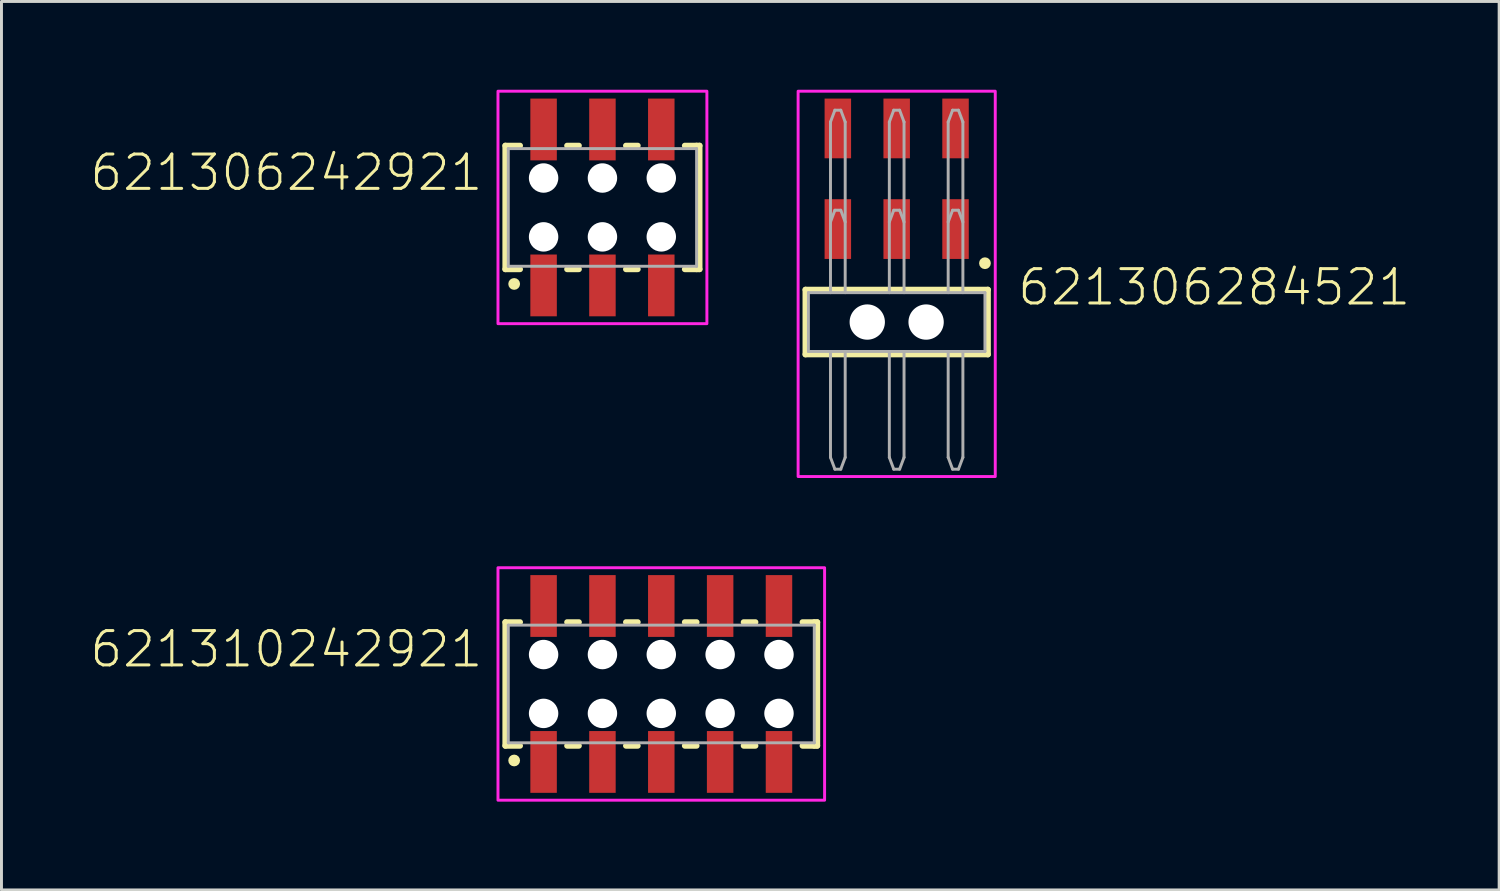
<source format=kicad_pcb>
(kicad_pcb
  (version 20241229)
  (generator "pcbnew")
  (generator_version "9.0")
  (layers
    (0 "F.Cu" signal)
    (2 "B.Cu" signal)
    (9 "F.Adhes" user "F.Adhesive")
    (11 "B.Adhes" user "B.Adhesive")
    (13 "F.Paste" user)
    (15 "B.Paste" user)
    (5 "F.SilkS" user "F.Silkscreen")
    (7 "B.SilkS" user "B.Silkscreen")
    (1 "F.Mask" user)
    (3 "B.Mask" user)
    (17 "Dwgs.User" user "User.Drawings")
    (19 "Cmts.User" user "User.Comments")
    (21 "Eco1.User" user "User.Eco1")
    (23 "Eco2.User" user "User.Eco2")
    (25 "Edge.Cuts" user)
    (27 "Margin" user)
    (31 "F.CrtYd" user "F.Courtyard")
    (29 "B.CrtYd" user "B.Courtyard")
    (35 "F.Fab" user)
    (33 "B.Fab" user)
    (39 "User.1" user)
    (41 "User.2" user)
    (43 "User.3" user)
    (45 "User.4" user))
  (footprint "621306242921"
    (layer "F.Cu")
    (at 17.424 4)
    (property "Reference" "621306242921" (at -4 -0.5 0) (unlocked yes) (layer "F.SilkS") (effects (font (size 1.168 1.168) (thickness 0.102)) (justify right bottom)))
    (fp_line (start -3.3 -2.1) (end -3.3 2.1) (stroke (width 0.2) (type solid)) (layer "F.SilkS"))
    (fp_line (start -3.3 2.1) (end -2.8 2.1) (stroke (width 0.2) (type solid)) (layer "F.SilkS"))
    (fp_line (start -2.8 -2.1) (end -3.3 -2.1) (stroke (width 0.2) (type solid)) (layer "F.SilkS"))
    (fp_line (start -1.2 2.1) (end -0.8 2.1) (stroke (width 0.2) (type solid)) (layer "F.SilkS"))
    (fp_line (start -0.8 -2.1) (end -1.2 -2.1) (stroke (width 0.2) (type solid)) (layer "F.SilkS"))
    (fp_line (start 0.8 2.1) (end 1.2 2.1) (stroke (width 0.2) (type solid)) (layer "F.SilkS"))
    (fp_line (start 1.2 -2.1) (end 0.8 -2.1) (stroke (width 0.2) (type solid)) (layer "F.SilkS"))
    (fp_line (start 2.8 2.1) (end 3.2 2.1) (stroke (width 0.2) (type solid)) (layer "F.SilkS"))
    (fp_line (start 3.2 -2.1) (end 2.8 -2.1) (stroke (width 0.2) (type solid)) (layer "F.SilkS"))
    (fp_line (start 3.2 -2.1) (end 3.3 -2.1) (stroke (width 0.2) (type solid)) (layer "F.SilkS"))
    (fp_line (start 3.3 -2.1) (end 3.3 2.1) (stroke (width 0.2) (type solid)) (layer "F.SilkS"))
    (fp_line (start 3.3 2.1) (end 3.2 2.1) (stroke (width 0.2) (type solid)) (layer "F.SilkS"))
    (fp_circle (center -3 2.6) (end -2.9 2.6) (stroke (width 0.2) (type solid)) (fill no) (layer "F.SilkS"))
    (fp_poly (pts (xy 3.55 3.95) (xy -3.55 3.95) (xy -3.55 -3.95) (xy 3.55 -3.95)) (stroke (width 0.1) (type default)) (fill no) (layer "F.CrtYd"))
    (fp_line (start -3.2 -2) (end -3.2 2) (stroke (width 0.1) (type solid)) (layer "F.Fab"))
    (fp_line (start -3.2 2) (end 3.2 2) (stroke (width 0.1) (type solid)) (layer "F.Fab"))
    (fp_line (start 3.2 -2) (end -3.2 -2) (stroke (width 0.1) (type solid)) (layer "F.Fab"))
    (fp_line (start 3.2 2) (end 3.2 -2) (stroke (width 0.1) (type solid)) (layer "F.Fab"))
    (pad "" np_thru_hole circle (at -2 -1) (size 1 1) (drill 1) (layers "*.Cu" "*.Mask"))
    (pad "" np_thru_hole circle (at -2 1) (size 1 1) (drill 1) (layers "*.Cu" "*.Mask"))
    (pad "" np_thru_hole circle (at 0 -1) (size 1 1) (drill 1) (layers "*.Cu" "*.Mask"))
    (pad "" np_thru_hole circle (at 0 1) (size 1 1) (drill 1) (layers "*.Cu" "*.Mask"))
    (pad "" np_thru_hole circle (at 2 -1) (size 1 1) (drill 1) (layers "*.Cu" "*.Mask"))
    (pad "" np_thru_hole circle (at 2 1) (size 1 1) (drill 1) (layers "*.Cu" "*.Mask"))
    (pad "1" smd rect (at -2 2.65) (size 0.9 2.1) (layers "F.Cu" "F.Mask" "F.Paste"))
    (pad "2" smd rect (at -2 -2.65) (size 0.9 2.1) (layers "F.Cu" "F.Mask" "F.Paste"))
    (pad "3" smd rect (at 0 2.65) (size 0.9 2.1) (layers "F.Cu" "F.Mask" "F.Paste"))
    (pad "4" smd rect (at 0 -2.65) (size 0.9 2.1) (layers "F.Cu" "F.Mask" "F.Paste"))
    (pad "5" smd rect (at 2 2.65) (size 0.9 2.1) (layers "F.Cu" "F.Mask" "F.Paste"))
    (pad "6" smd rect (at 2 -2.65) (size 0.9 2.1) (layers "F.Cu" "F.Mask" "F.Paste")))
  (footprint "621310242921"
    (layer "F.Cu")
    (at 19.424 20.195)
    (property "Reference" "621310242921" (at -6 -0.5 0) (unlocked yes) (layer "F.SilkS") (effects (font (size 1.168 1.168) (thickness 0.102)) (justify right bottom)))
    (fp_line (start -5.3 -2.1) (end -5.3 2.1) (stroke (width 0.2) (type solid)) (layer "F.SilkS"))
    (fp_line (start -5.3 2.1) (end -4.8 2.1) (stroke (width 0.2) (type solid)) (layer "F.SilkS"))
    (fp_line (start -4.8 -2.1) (end -5.3 -2.1) (stroke (width 0.2) (type solid)) (layer "F.SilkS"))
    (fp_line (start -3.2 2.1) (end -2.8 2.1) (stroke (width 0.2) (type solid)) (layer "F.SilkS"))
    (fp_line (start -2.8 -2.1) (end -3.2 -2.1) (stroke (width 0.2) (type solid)) (layer "F.SilkS"))
    (fp_line (start -1.2 2.1) (end -0.8 2.1) (stroke (width 0.2) (type solid)) (layer "F.SilkS"))
    (fp_line (start -0.8 -2.1) (end -1.2 -2.1) (stroke (width 0.2) (type solid)) (layer "F.SilkS"))
    (fp_line (start 0.8 2.1) (end 1.2 2.1) (stroke (width 0.2) (type solid)) (layer "F.SilkS"))
    (fp_line (start 1.2 -2.1) (end 0.8 -2.1) (stroke (width 0.2) (type solid)) (layer "F.SilkS"))
    (fp_line (start 2.8 2.1) (end 3.2 2.1) (stroke (width 0.2) (type solid)) (layer "F.SilkS"))
    (fp_line (start 3.2 -2.1) (end 2.8 -2.1) (stroke (width 0.2) (type solid)) (layer "F.SilkS"))
    (fp_line (start 4.8 2.1) (end 5.2 2.1) (stroke (width 0.2) (type solid)) (layer "F.SilkS"))
    (fp_line (start 5.2 -2.1) (end 4.8 -2.1) (stroke (width 0.2) (type solid)) (layer "F.SilkS"))
    (fp_line (start 5.2 -2.1) (end 5.3 -2.1) (stroke (width 0.2) (type solid)) (layer "F.SilkS"))
    (fp_line (start 5.3 -2.1) (end 5.3 2.1) (stroke (width 0.2) (type solid)) (layer "F.SilkS"))
    (fp_line (start 5.3 2.1) (end 5.2 2.1) (stroke (width 0.2) (type solid)) (layer "F.SilkS"))
    (fp_circle (center -5 2.6) (end -4.9 2.6) (stroke (width 0.2) (type solid)) (fill no) (layer "F.SilkS"))
    (fp_poly (pts (xy 5.55 3.95) (xy -5.55 3.95) (xy -5.55 -3.95) (xy 5.55 -3.95)) (stroke (width 0.1) (type default)) (fill no) (layer "F.CrtYd"))
    (fp_line (start -5.2 -2) (end -5.2 2) (stroke (width 0.1) (type solid)) (layer "F.Fab"))
    (fp_line (start -5.2 2) (end 5.2 2) (stroke (width 0.1) (type solid)) (layer "F.Fab"))
    (fp_line (start 5.2 -2) (end -5.2 -2) (stroke (width 0.1) (type solid)) (layer "F.Fab"))
    (fp_line (start 5.2 2) (end 5.2 -2) (stroke (width 0.1) (type solid)) (layer "F.Fab"))
    (pad "" np_thru_hole circle (at -4 -1) (size 1 1) (drill 1) (layers "*.Cu" "*.Mask"))
    (pad "" np_thru_hole circle (at -4 1) (size 1 1) (drill 1) (layers "*.Cu" "*.Mask"))
    (pad "" np_thru_hole circle (at -2 -1) (size 1 1) (drill 1) (layers "*.Cu" "*.Mask"))
    (pad "" np_thru_hole circle (at -2 1) (size 1 1) (drill 1) (layers "*.Cu" "*.Mask"))
    (pad "" np_thru_hole circle (at 0 -1) (size 1 1) (drill 1) (layers "*.Cu" "*.Mask"))
    (pad "" np_thru_hole circle (at 0 1) (size 1 1) (drill 1) (layers "*.Cu" "*.Mask"))
    (pad "" np_thru_hole circle (at 2 -1) (size 1 1) (drill 1) (layers "*.Cu" "*.Mask"))
    (pad "" np_thru_hole circle (at 2 1) (size 1 1) (drill 1) (layers "*.Cu" "*.Mask"))
    (pad "" np_thru_hole circle (at 4 -1) (size 1 1) (drill 1) (layers "*.Cu" "*.Mask"))
    (pad "" np_thru_hole circle (at 4 1) (size 1 1) (drill 1) (layers "*.Cu" "*.Mask"))
    (pad "1" smd rect (at -4 2.65) (size 0.9 2.1) (layers "F.Cu" "F.Mask" "F.Paste"))
    (pad "2" smd rect (at -4 -2.65) (size 0.9 2.1) (layers "F.Cu" "F.Mask" "F.Paste"))
    (pad "3" smd rect (at -2 2.65) (size 0.9 2.1) (layers "F.Cu" "F.Mask" "F.Paste"))
    (pad "4" smd rect (at -2 -2.65) (size 0.9 2.1) (layers "F.Cu" "F.Mask" "F.Paste"))
    (pad "5" smd rect (at 0 2.65) (size 0.9 2.1) (layers "F.Cu" "F.Mask" "F.Paste"))
    (pad "6" smd rect (at 0 -2.65) (size 0.9 2.1) (layers "F.Cu" "F.Mask" "F.Paste"))
    (pad "7" smd rect (at 2 2.65) (size 0.9 2.1) (layers "F.Cu" "F.Mask" "F.Paste"))
    (pad "8" smd rect (at 2 -2.65) (size 0.9 2.1) (layers "F.Cu" "F.Mask" "F.Paste"))
    (pad "9" smd rect (at 4 2.65) (size 0.9 2.1) (layers "F.Cu" "F.Mask" "F.Paste"))
    (pad "10" smd rect (at 4 -2.65) (size 0.9 2.1) (layers "F.Cu" "F.Mask" "F.Paste")))
  (footprint "621306284521"
    (layer "F.Cu")
    (at 27.424 7.895)
    (property "Reference" "621306284521" (at 4.05 -0.5 0) (unlocked yes) (layer "F.SilkS") (effects (font (size 1.168 1.168) (thickness 0.102)) (justify left bottom)))
    (fp_line (start -3.1 -1.1) (end 3.1 -1.1) (stroke (width 0.2) (type solid)) (layer "F.SilkS"))
    (fp_line (start -3.1 1.1) (end -3.1 -1.1) (stroke (width 0.2) (type solid)) (layer "F.SilkS"))
    (fp_line (start 3.1 -1.1) (end 3.1 1.1) (stroke (width 0.2) (type solid)) (layer "F.SilkS"))
    (fp_line (start 3.1 1.1) (end -3.1 1.1) (stroke (width 0.2) (type solid)) (layer "F.SilkS"))
    (fp_circle (center 3 -2) (end 3.1 -2) (stroke (width 0.2) (type solid)) (fill no) (layer "F.SilkS"))
    (fp_poly (pts (xy 3.35 5.25) (xy -3.35 5.25) (xy -3.35 -7.845) (xy 3.35 -7.845)) (stroke (width 0.1) (type default)) (fill no) (layer "F.CrtYd"))
    (fp_line (start -3 -1) (end -2.25 -1) (stroke (width 0.1) (type solid)) (layer "F.Fab"))
    (fp_line (start -3 1) (end -3 -1) (stroke (width 0.1) (type solid)) (layer "F.Fab"))
    (fp_line (start -2.25 -6.8) (end -2.1 -7.2) (stroke (width 0.1) (type solid)) (layer "F.Fab"))
    (fp_line (start -2.25 -3.4) (end -2.1 -3.8) (stroke (width 0.1) (type solid)) (layer "F.Fab"))
    (fp_line (start -2.25 -1) (end -2.25 -6.8) (stroke (width 0.1) (type solid)) (layer "F.Fab"))
    (fp_line (start -2.25 -1) (end -1.75 -1) (stroke (width 0.1) (type solid)) (layer "F.Fab"))
    (fp_line (start -2.25 1.02) (end -2.25 4.6) (stroke (width 0.1) (type solid)) (layer "F.Fab"))
    (fp_line (start -2.25 4.6) (end -2.1 5) (stroke (width 0.1) (type solid)) (layer "F.Fab"))
    (fp_line (start -2.1 -7.2) (end -1.9 -7.2) (stroke (width 0.1) (type solid)) (layer "F.Fab"))
    (fp_line (start -2.1 -3.8) (end -1.9 -3.8) (stroke (width 0.1) (type solid)) (layer "F.Fab"))
    (fp_line (start -1.9 5) (end -2.1 5) (stroke (width 0.1) (type solid)) (layer "F.Fab"))
    (fp_line (start -1.75 -6.8) (end -1.9 -7.2) (stroke (width 0.1) (type solid)) (layer "F.Fab"))
    (fp_line (start -1.75 -6.8) (end -1.75 -1) (stroke (width 0.1) (type solid)) (layer "F.Fab"))
    (fp_line (start -1.75 -3.4) (end -1.9 -3.8) (stroke (width 0.1) (type solid)) (layer "F.Fab"))
    (fp_line (start -1.75 -1) (end -0.25 -1) (stroke (width 0.1) (type solid)) (layer "F.Fab"))
    (fp_line (start -1.75 4.6) (end -1.9 5) (stroke (width 0.1) (type solid)) (layer "F.Fab"))
    (fp_line (start -1.75 4.6) (end -1.75 1) (stroke (width 0.1) (type solid)) (layer "F.Fab"))
    (fp_line (start -0.25 -6.8) (end -0.1 -7.2) (stroke (width 0.1) (type solid)) (layer "F.Fab"))
    (fp_line (start -0.25 -3.4) (end -0.1 -3.8) (stroke (width 0.1) (type solid)) (layer "F.Fab"))
    (fp_line (start -0.25 -1) (end -0.25 -6.8) (stroke (width 0.1) (type solid)) (layer "F.Fab"))
    (fp_line (start -0.25 -1) (end 0.25 -1) (stroke (width 0.1) (type solid)) (layer "F.Fab"))
    (fp_line (start -0.25 1.02) (end -0.25 4.6) (stroke (width 0.1) (type solid)) (layer "F.Fab"))
    (fp_line (start -0.25 4.6) (end -0.1 5) (stroke (width 0.1) (type solid)) (layer "F.Fab"))
    (fp_line (start -0.1 -7.2) (end 0.1 -7.2) (stroke (width 0.1) (type solid)) (layer "F.Fab"))
    (fp_line (start -0.1 -3.8) (end 0.1 -3.8) (stroke (width 0.1) (type solid)) (layer "F.Fab"))
    (fp_line (start 0.1 5) (end -0.1 5) (stroke (width 0.1) (type solid)) (layer "F.Fab"))
    (fp_line (start 0.25 -6.8) (end 0.1 -7.2) (stroke (width 0.1) (type solid)) (layer "F.Fab"))
    (fp_line (start 0.25 -6.8) (end 0.25 -1) (stroke (width 0.1) (type solid)) (layer "F.Fab"))
    (fp_line (start 0.25 -3.4) (end 0.1 -3.8) (stroke (width 0.1) (type solid)) (layer "F.Fab"))
    (fp_line (start 0.25 -1) (end 1.75 -1) (stroke (width 0.1) (type solid)) (layer "F.Fab"))
    (fp_line (start 0.25 4.6) (end 0.1 5) (stroke (width 0.1) (type solid)) (layer "F.Fab"))
    (fp_line (start 0.25 4.6) (end 0.25 1) (stroke (width 0.1) (type solid)) (layer "F.Fab"))
    (fp_line (start 1.75 -6.8) (end 1.9 -7.2) (stroke (width 0.1) (type solid)) (layer "F.Fab"))
    (fp_line (start 1.75 -3.4) (end 1.9 -3.8) (stroke (width 0.1) (type solid)) (layer "F.Fab"))
    (fp_line (start 1.75 -1) (end 1.75 -6.8) (stroke (width 0.1) (type solid)) (layer "F.Fab"))
    (fp_line (start 1.75 -1) (end 2.25 -1) (stroke (width 0.1) (type solid)) (layer "F.Fab"))
    (fp_line (start 1.75 1.02) (end 1.75 4.6) (stroke (width 0.1) (type solid)) (layer "F.Fab"))
    (fp_line (start 1.75 4.6) (end 1.9 5) (stroke (width 0.1) (type solid)) (layer "F.Fab"))
    (fp_line (start 1.9 -7.2) (end 2.1 -7.2) (stroke (width 0.1) (type solid)) (layer "F.Fab"))
    (fp_line (start 1.9 -3.8) (end 2.1 -3.8) (stroke (width 0.1) (type solid)) (layer "F.Fab"))
    (fp_line (start 2.1 5) (end 1.9 5) (stroke (width 0.1) (type solid)) (layer "F.Fab"))
    (fp_line (start 2.25 -6.8) (end 2.1 -7.2) (stroke (width 0.1) (type solid)) (layer "F.Fab"))
    (fp_line (start 2.25 -6.8) (end 2.25 -1) (stroke (width 0.1) (type solid)) (layer "F.Fab"))
    (fp_line (start 2.25 -3.4) (end 2.1 -3.8) (stroke (width 0.1) (type solid)) (layer "F.Fab"))
    (fp_line (start 2.25 -1) (end 3 -1) (stroke (width 0.1) (type solid)) (layer "F.Fab"))
    (fp_line (start 2.25 4.6) (end 2.1 5) (stroke (width 0.1) (type solid)) (layer "F.Fab"))
    (fp_line (start 2.25 4.6) (end 2.25 1) (stroke (width 0.1) (type solid)) (layer "F.Fab"))
    (fp_line (start 3 -1) (end 3 1) (stroke (width 0.1) (type solid)) (layer "F.Fab"))
    (fp_line (start 3 1) (end -3 1) (stroke (width 0.1) (type solid)) (layer "F.Fab"))
    (pad "" np_thru_hole circle (at -1 0) (size 1.2 1.2) (drill 1.2) (layers "*.Cu" "*.Mask"))
    (pad "" np_thru_hole circle (at 1 0) (size 1.2 1.2) (drill 1.2) (layers "*.Cu" "*.Mask"))
    (pad "1" smd rect (at 2 -3.16) (size 0.9 2.03) (layers "F.Cu" "F.Mask" "F.Paste"))
    (pad "2" smd rect (at 2 -6.58) (size 0.9 2.03) (layers "F.Cu" "F.Mask" "F.Paste"))
    (pad "3" smd rect (at 0 -3.16) (size 0.9 2.03) (layers "F.Cu" "F.Mask" "F.Paste"))
    (pad "4" smd rect (at 0 -6.58) (size 0.9 2.03) (layers "F.Cu" "F.Mask" "F.Paste"))
    (pad "5" smd rect (at -2 -3.16) (size 0.9 2.03) (layers "F.Cu" "F.Mask" "F.Paste"))
    (pad "6" smd rect (at -2 -6.58) (size 0.9 2.03) (layers "F.Cu" "F.Mask" "F.Paste")))
  (gr_rect
    (start -3 -3)
    (end 47.899 27.195)
    (stroke (width 0.1) (type default))
    (fill no)
    (layer "Edge.Cuts")))
</source>
